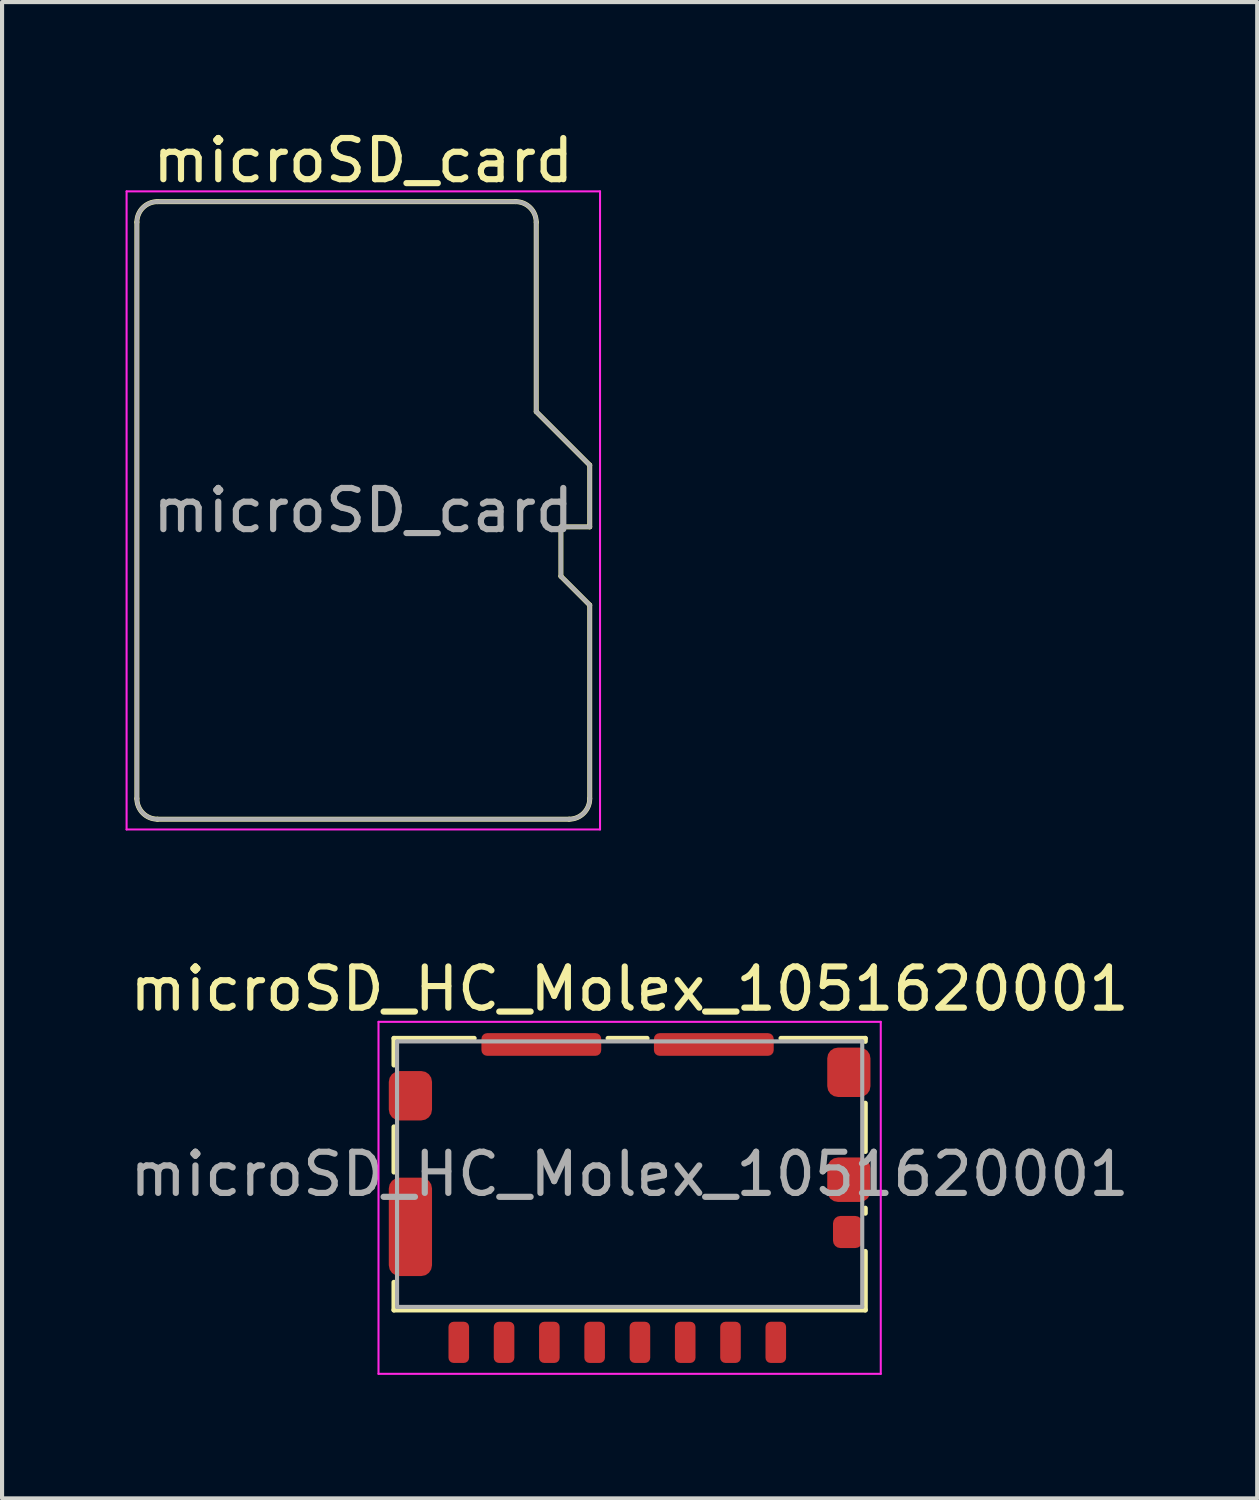
<source format=kicad_pcb>
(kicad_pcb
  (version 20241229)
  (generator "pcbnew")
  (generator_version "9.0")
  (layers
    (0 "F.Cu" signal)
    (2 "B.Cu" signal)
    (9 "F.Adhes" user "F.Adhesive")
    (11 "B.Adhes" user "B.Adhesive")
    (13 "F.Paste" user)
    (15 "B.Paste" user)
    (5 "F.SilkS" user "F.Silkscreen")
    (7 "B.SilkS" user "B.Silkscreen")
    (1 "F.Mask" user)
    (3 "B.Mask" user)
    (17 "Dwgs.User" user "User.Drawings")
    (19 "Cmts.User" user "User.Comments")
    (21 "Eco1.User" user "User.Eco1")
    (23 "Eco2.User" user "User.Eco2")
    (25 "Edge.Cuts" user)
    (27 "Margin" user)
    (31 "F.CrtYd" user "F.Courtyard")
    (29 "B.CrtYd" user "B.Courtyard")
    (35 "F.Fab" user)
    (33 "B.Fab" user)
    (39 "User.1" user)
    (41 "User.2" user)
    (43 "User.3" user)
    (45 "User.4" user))
  (footprint "microSD_card"
    (layer "F.Cu")
    (at 5.775 9.348)
    (property "Reference" "microSD_card" (at 0 -8.5 0) (layer "F.SilkS") (effects (font (size 1 1) (thickness 0.15))))
    (attr exclude_from_pos_files exclude_from_bom)
    (fp_line (start -5.5 -7) (end -5.5 7) (stroke (width 0.12) (type solid)) (layer "F.SilkS"))
    (fp_line (start -5 7.5) (end 5 7.5) (stroke (width 0.12) (type solid)) (layer "F.SilkS"))
    (fp_line (start 3.7 -7.5) (end -5 -7.5) (stroke (width 0.12) (type solid)) (layer "F.SilkS"))
    (fp_line (start 4.2 -7) (end 4.2 -2.4) (stroke (width 0.12) (type solid)) (layer "F.SilkS"))
    (fp_line (start 4.8 0.4) (end 4.8 1.6) (stroke (width 0.12) (type solid)) (layer "F.SilkS"))
    (fp_line (start 4.8 1.6) (end 5.5 2.3) (stroke (width 0.12) (type solid)) (layer "F.SilkS"))
    (fp_line (start 5.5 -1.1) (end 4.2 -2.4) (stroke (width 0.12) (type solid)) (layer "F.SilkS"))
    (fp_line (start 5.5 -1.1) (end 5.5 0.4) (stroke (width 0.12) (type solid)) (layer "F.SilkS"))
    (fp_line (start 5.5 0.4) (end 4.8 0.4) (stroke (width 0.12) (type solid)) (layer "F.SilkS"))
    (fp_line (start 5.5 7) (end 5.5 2.3) (stroke (width 0.12) (type solid)) (layer "F.SilkS"))
    (fp_arc (start -5.5 -7) (mid -5.353553 -7.353553) (end -5 -7.5) (stroke (width 0.12) (type solid)) (layer "F.SilkS"))
    (fp_arc (start -5 7.5) (mid -5.353553 7.353553) (end -5.5 7) (stroke (width 0.12) (type solid)) (layer "F.SilkS"))
    (fp_arc (start 3.7 -7.5) (mid 4.053553 -7.353553) (end 4.2 -7) (stroke (width 0.12) (type solid)) (layer "F.SilkS"))
    (fp_arc (start 5.5 7) (mid 5.353553 7.353553) (end 5 7.5) (stroke (width 0.12) (type solid)) (layer "F.SilkS"))
    (fp_line (start -5.75 -7.75) (end 5.75 -7.75) (stroke (width 0.05) (type solid)) (layer "F.CrtYd"))
    (fp_line (start -5.75 7.75) (end -5.75 -7.75) (stroke (width 0.05) (type solid)) (layer "F.CrtYd"))
    (fp_line (start 5.75 -7.75) (end 5.75 7.75) (stroke (width 0.05) (type solid)) (layer "F.CrtYd"))
    (fp_line (start 5.75 7.75) (end -5.75 7.75) (stroke (width 0.05) (type solid)) (layer "F.CrtYd"))
    (fp_line (start -5.5 -7) (end -5.5 7) (stroke (width 0.1) (type solid)) (layer "F.Fab"))
    (fp_line (start -5 7.5) (end 5 7.5) (stroke (width 0.1) (type solid)) (layer "F.Fab"))
    (fp_line (start 3.7 -7.5) (end -5 -7.5) (stroke (width 0.1) (type solid)) (layer "F.Fab"))
    (fp_line (start 4.2 -7) (end 4.2 -2.4) (stroke (width 0.1) (type solid)) (layer "F.Fab"))
    (fp_line (start 4.8 0.4) (end 4.8 1.6) (stroke (width 0.1) (type solid)) (layer "F.Fab"))
    (fp_line (start 4.8 1.6) (end 5.5 2.3) (stroke (width 0.1) (type solid)) (layer "F.Fab"))
    (fp_line (start 5.5 -1.1) (end 4.2 -2.4) (stroke (width 0.1) (type solid)) (layer "F.Fab"))
    (fp_line (start 5.5 -1.1) (end 5.5 0.4) (stroke (width 0.1) (type solid)) (layer "F.Fab"))
    (fp_line (start 5.5 0.4) (end 4.8 0.4) (stroke (width 0.1) (type solid)) (layer "F.Fab"))
    (fp_line (start 5.5 7) (end 5.5 2.3) (stroke (width 0.1) (type solid)) (layer "F.Fab"))
    (fp_arc (start -5.5 -7) (mid -5.353553 -7.353553) (end -5 -7.5) (stroke (width 0.1) (type solid)) (layer "F.Fab"))
    (fp_arc (start -5 7.5) (mid -5.353553 7.353553) (end -5.5 7) (stroke (width 0.1) (type solid)) (layer "F.Fab"))
    (fp_arc (start 3.7 -7.5) (mid 4.053553 -7.353553) (end 4.2 -7) (stroke (width 0.1) (type solid)) (layer "F.Fab"))
    (fp_arc (start 5.5 7) (mid 5.353553 7.353553) (end 5 7.5) (stroke (width 0.1) (type solid)) (layer "F.Fab"))
    (fp_text user "${REFERENCE}" (at 0 0 0) (layer "F.Fab") (effects (font (size 1 1) (thickness 0.15)))))
  (footprint "microSD_HC_Molex_1051620001"
    (layer "F.Cu")
    (at 12.244 25.471)
    (property "Reference" "microSD_HC_Molex_1051620001" (at 0 -4.5 0) (layer "F.SilkS") (effects (font (size 1 1) (thickness 0.15))))
    (attr smd)
    (fp_line (start -5.725 -3.3) (end -5.725 -2.65) (stroke (width 0.12) (type solid)) (layer "F.SilkS"))
    (fp_line (start -5.725 -3.3) (end -3.775 -3.3) (stroke (width 0.12) (type solid)) (layer "F.SilkS"))
    (fp_line (start -5.725 -0.05) (end -5.725 -1.15) (stroke (width 0.12) (type solid)) (layer "F.SilkS"))
    (fp_line (start -5.725 3.3) (end -5.725 2.625) (stroke (width 0.12) (type solid)) (layer "F.SilkS"))
    (fp_line (start -0.525 -3.3) (end 0.425 -3.3) (stroke (width 0.12) (type solid)) (layer "F.SilkS"))
    (fp_line (start 5.725 -3.3) (end 3.675 -3.3) (stroke (width 0.12) (type solid)) (layer "F.SilkS"))
    (fp_line (start 5.725 -3.3) (end 5.725 -3.225) (stroke (width 0.12) (type solid)) (layer "F.SilkS"))
    (fp_line (start 5.725 -1.725) (end 5.725 -0.55) (stroke (width 0.12) (type solid)) (layer "F.SilkS"))
    (fp_line (start 5.725 0.825) (end 5.725 0.95) (stroke (width 0.12) (type solid)) (layer "F.SilkS"))
    (fp_line (start 5.725 1.875) (end 5.725 3.3) (stroke (width 0.12) (type solid)) (layer "F.SilkS"))
    (fp_line (start 5.725 3.3) (end -5.725 3.3) (stroke (width 0.12) (type solid)) (layer "F.SilkS"))
    (fp_line (start -6.1 -3.7) (end 6.1 -3.7) (stroke (width 0.05) (type solid)) (layer "F.CrtYd"))
    (fp_line (start -6.1 4.85) (end -6.1 -3.7) (stroke (width 0.05) (type solid)) (layer "F.CrtYd"))
    (fp_line (start 6.1 -3.7) (end 6.1 4.85) (stroke (width 0.05) (type solid)) (layer "F.CrtYd"))
    (fp_line (start 6.1 4.85) (end -6.1 4.85) (stroke (width 0.05) (type solid)) (layer "F.CrtYd"))
    (fp_line (start -5.65 -3.225) (end 5.65 -3.225) (stroke (width 0.1) (type solid)) (layer "F.Fab"))
    (fp_line (start -5.65 3.225) (end -5.65 -3.225) (stroke (width 0.1) (type solid)) (layer "F.Fab"))
    (fp_line (start 5.65 -3.225) (end 5.65 3.225) (stroke (width 0.1) (type solid)) (layer "F.Fab"))
    (fp_line (start 5.65 3.225) (end -5.65 3.225) (stroke (width 0.1) (type solid)) (layer "F.Fab"))
    (fp_text user "${REFERENCE}" (at 0 0 0) (layer "F.Fab") (effects (font (size 1 1) (thickness 0.15))))
    (pad "1" smd roundrect (at 3.55 4.085) (size 0.5 1) (layers "F.Cu" "F.Mask" "F.Paste") (roundrect_rratio 0.25))
    (pad "2" smd roundrect (at 2.45 4.085) (size 0.5 1) (layers "F.Cu" "F.Mask" "F.Paste") (roundrect_rratio 0.25))
    (pad "3" smd roundrect (at 1.35 4.085) (size 0.5 1) (layers "F.Cu" "F.Mask" "F.Paste") (roundrect_rratio 0.25))
    (pad "4" smd roundrect (at 0.25 4.085) (size 0.5 1) (layers "F.Cu" "F.Mask" "F.Paste") (roundrect_rratio 0.25))
    (pad "5" smd roundrect (at -0.85 4.085) (size 0.5 1) (layers "F.Cu" "F.Mask" "F.Paste") (roundrect_rratio 0.25))
    (pad "6" smd roundrect (at -1.95 4.085) (size 0.5 1) (layers "F.Cu" "F.Mask" "F.Paste") (roundrect_rratio 0.25))
    (pad "7" smd roundrect (at -3.05 4.085) (size 0.5 1) (layers "F.Cu" "F.Mask" "F.Paste") (roundrect_rratio 0.25))
    (pad "8" smd roundrect (at -4.15 4.085) (size 0.5 1) (layers "F.Cu" "F.Mask" "F.Paste") (roundrect_rratio 0.25))
    (pad "9" smd roundrect (at 5.3 1.405) (size 0.72 0.78) (layers "F.Cu" "F.Mask" "F.Paste") (roundrect_rratio 0.25))
    (pad "10" smd roundrect (at -5.325 -1.905) (size 1.05 1.2) (layers "F.Cu" "F.Mask" "F.Paste") (roundrect_rratio 0.25))
    (pad "10" smd roundrect (at -5.325 1.28) (size 1.05 2.39) (layers "F.Cu" "F.Mask" "F.Paste") (roundrect_rratio 0.25))
    (pad "10" smd roundrect (at -2.145 -3.15) (size 2.91 0.55) (layers "F.Cu" "F.Mask" "F.Paste") (roundrect_rratio 0.25))
    (pad "10" smd roundrect (at 2.045 -3.15) (size 2.91 0.55) (layers "F.Cu" "F.Mask" "F.Paste") (roundrect_rratio 0.25))
    (pad "10" smd roundrect (at 5.325 -2.475) (size 1.05 1.2) (layers "F.Cu" "F.Mask" "F.Paste") (roundrect_rratio 0.25))
    (pad "10" smd roundrect (at 5.325 0.135) (size 1.05 1.08) (layers "F.Cu" "F.Mask" "F.Paste") (roundrect_rratio 0.25)))
  (gr_rect
    (start -3 -3)
    (end 27.488 33.346)
    (stroke (width 0.1) (type default))
    (fill no)
    (layer "Edge.Cuts")))
</source>
